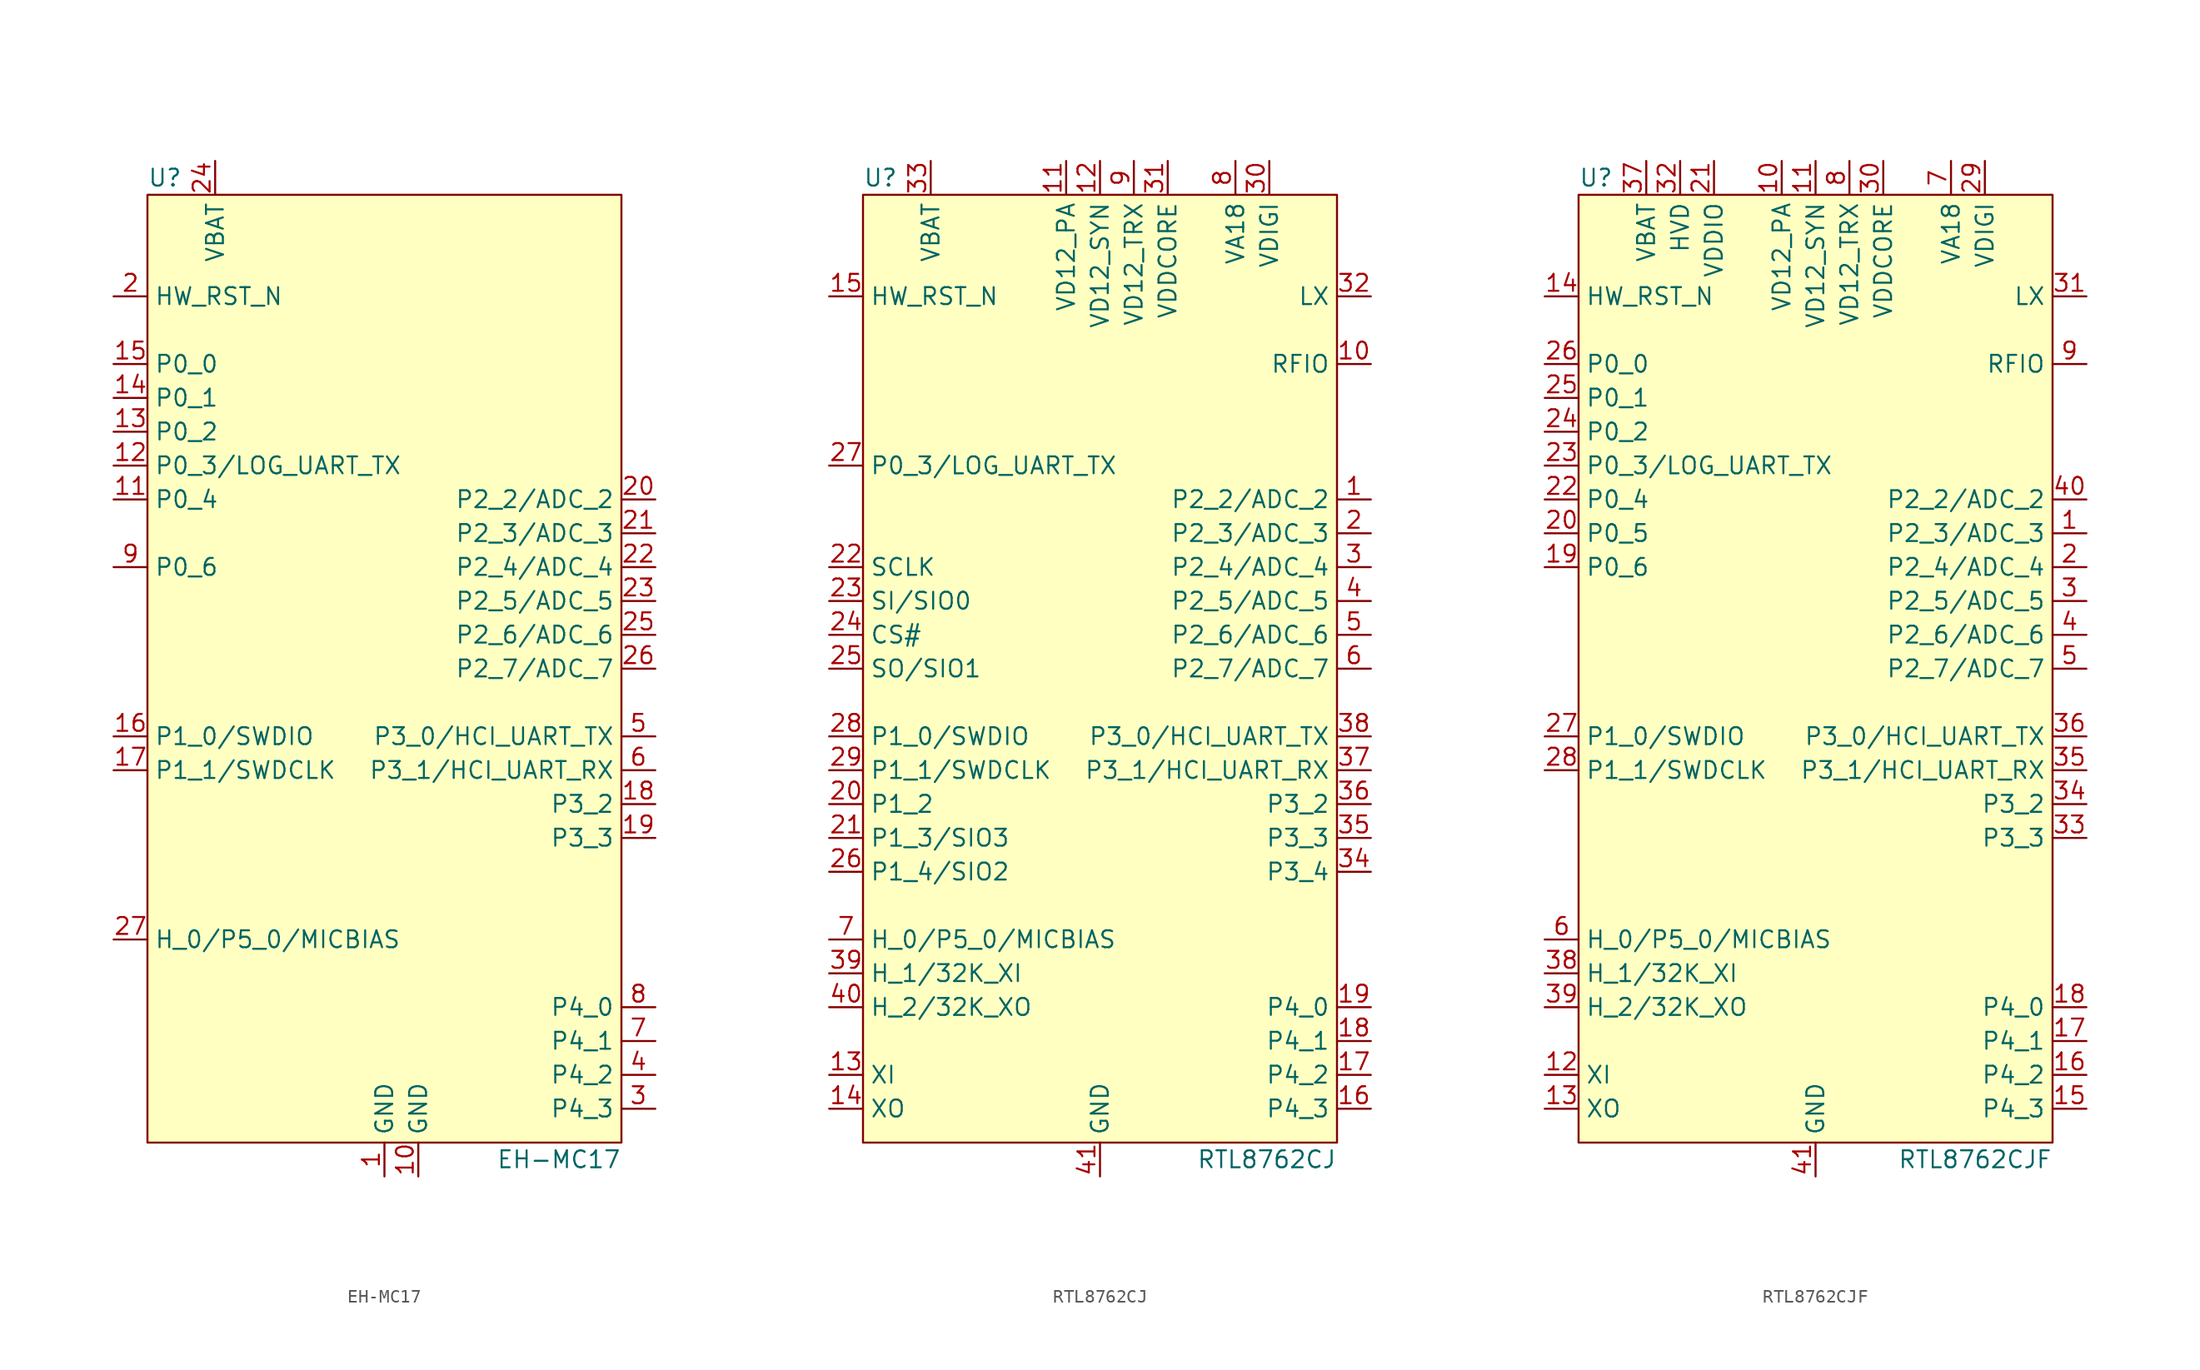
<source format=kicad_sym>
(kicad_symbol_lib
  (version 20220914)
  (generator kicad_symbol_editor)
  (symbol "EH-MC17"
    (property "Reference" "U"
      (at -17.78 36.83 0)
      (effects (font (size 1.27 1.27)) (justify left)))
    (property "Value" "EH-MC17"
      (at 17.78 -36.83 0)
      (effects (font (size 1.27 1.27)) (justify right)))
    (symbol "EH-MC17_0_0"
      (pin power_in line (at 2.54 -38.1 90) (length 2.54) (name "GND" (effects (font (size 1.27 1.27)))) (number "10" (effects (font (size 1.27 1.27))))))
    (symbol "EH-MC17_0_1"
      (rectangle (start -17.78 35.56) (end 17.78 -35.56) (stroke (width 0) (type default)) (fill (type background))))
    (symbol "EH-MC17_1_1"
      (pin power_in line (at 0 -38.1 90) (length 2.54) (name "GND" (effects (font (size 1.27 1.27)))) (number "1" (effects (font (size 1.27 1.27)))))
      (pin bidirectional line (at -20.32 12.7 0) (length 2.54) (name "P0_4" (effects (font (size 1.27 1.27)))) (number "11" (effects (font (size 1.27 1.27)))))
      (pin bidirectional line (at -20.32 15.24 0) (length 2.54) (name "P0_3/LOG_UART_TX" (effects (font (size 1.27 1.27)))) (number "12" (effects (font (size 1.27 1.27)))))
      (pin bidirectional line (at -20.32 17.78 0) (length 2.54) (name "P0_2" (effects (font (size 1.27 1.27)))) (number "13" (effects (font (size 1.27 1.27)))))
      (pin bidirectional line (at -20.32 20.32 0) (length 2.54) (name "P0_1" (effects (font (size 1.27 1.27)))) (number "14" (effects (font (size 1.27 1.27)))))
      (pin bidirectional line (at -20.32 22.86 0) (length 2.54) (name "P0_0" (effects (font (size 1.27 1.27)))) (number "15" (effects (font (size 1.27 1.27)))))
      (pin bidirectional line (at -20.32 -5.08 0) (length 2.54) (name "P1_0/SWDIO" (effects (font (size 1.27 1.27)))) (number "16" (effects (font (size 1.27 1.27)))))
      (pin bidirectional line (at -20.32 -7.62 0) (length 2.54) (name "P1_1/SWDCLK" (effects (font (size 1.27 1.27)))) (number "17" (effects (font (size 1.27 1.27)))))
      (pin bidirectional line (at 20.32 -10.16 180) (length 2.54) (name "P3_2" (effects (font (size 1.27 1.27)))) (number "18" (effects (font (size 1.27 1.27)))))
      (pin bidirectional line (at 20.32 -12.7 180) (length 2.54) (name "P3_3" (effects (font (size 1.27 1.27)))) (number "19" (effects (font (size 1.27 1.27)))))
      (pin input line (at -20.32 27.94 0) (length 2.54) (name "HW_RST_N" (effects (font (size 1.27 1.27)))) (number "2" (effects (font (size 1.27 1.27)))))
      (pin bidirectional line (at 20.32 12.7 180) (length 2.54) (name "P2_2/ADC_2" (effects (font (size 1.27 1.27)))) (number "20" (effects (font (size 1.27 1.27)))))
      (pin bidirectional line (at 20.32 10.16 180) (length 2.54) (name "P2_3/ADC_3" (effects (font (size 1.27 1.27)))) (number "21" (effects (font (size 1.27 1.27)))))
      (pin bidirectional line (at 20.32 7.62 180) (length 2.54) (name "P2_4/ADC_4" (effects (font (size 1.27 1.27)))) (number "22" (effects (font (size 1.27 1.27)))))
      (pin bidirectional line (at 20.32 5.08 180) (length 2.54) (name "P2_5/ADC_5" (effects (font (size 1.27 1.27)))) (number "23" (effects (font (size 1.27 1.27)))))
      (pin power_in line (at -12.7 38.1 270) (length 2.54) (name "VBAT" (effects (font (size 1.27 1.27)))) (number "24" (effects (font (size 1.27 1.27)))))
      (pin bidirectional line (at 20.32 2.54 180) (length 2.54) (name "P2_6/ADC_6" (effects (font (size 1.27 1.27)))) (number "25" (effects (font (size 1.27 1.27)))))
      (pin bidirectional line (at 20.32 0 180) (length 2.54) (name "P2_7/ADC_7" (effects (font (size 1.27 1.27)))) (number "26" (effects (font (size 1.27 1.27)))))
      (pin bidirectional line (at -20.32 -20.32 0) (length 2.54) (name "H_0/P5_0/MICBIAS" (effects (font (size 1.27 1.27)))) (number "27" (effects (font (size 1.27 1.27)))))
      (pin power_in line (at 0 -38.1 90) (length 2.54) hide (name "GND" (effects (font (size 1.27 1.27)))) (number "28" (effects (font (size 1.27 1.27)))))
      (pin bidirectional line (at 20.32 -33.02 180) (length 2.54) (name "P4_3" (effects (font (size 1.27 1.27)))) (number "3" (effects (font (size 1.27 1.27)))))
      (pin bidirectional line (at 20.32 -30.48 180) (length 2.54) (name "P4_2" (effects (font (size 1.27 1.27)))) (number "4" (effects (font (size 1.27 1.27)))))
      (pin bidirectional line (at 20.32 -5.08 180) (length 2.54) (name "P3_0/HCI_UART_TX" (effects (font (size 1.27 1.27)))) (number "5" (effects (font (size 1.27 1.27)))))
      (pin bidirectional line (at 20.32 -7.62 180) (length 2.54) (name "P3_1/HCI_UART_RX" (effects (font (size 1.27 1.27)))) (number "6" (effects (font (size 1.27 1.27)))))
      (pin bidirectional line (at 20.32 -27.94 180) (length 2.54) (name "P4_1" (effects (font (size 1.27 1.27)))) (number "7" (effects (font (size 1.27 1.27)))))
      (pin bidirectional line (at 20.32 -25.4 180) (length 2.54) (name "P4_0" (effects (font (size 1.27 1.27)))) (number "8" (effects (font (size 1.27 1.27)))))
      (pin bidirectional line (at -20.32 7.62 0) (length 2.54) (name "P0_6" (effects (font (size 1.27 1.27)))) (number "9" (effects (font (size 1.27 1.27)))))))
  (symbol "RTL8762CJ"
    (property "Reference" "U"
      (at -17.78 36.83 0)
      (effects (font (size 1.27 1.27)) (justify left)))
    (property "Value" "RTL8762CJ"
      (at 17.78 -36.83 0)
      (effects (font (size 1.27 1.27)) (justify right)))
    (symbol "RTL8762CJ_0_1"
      (rectangle (start -17.78 35.56) (end 17.78 -35.56) (stroke (width 0) (type default)) (fill (type background))))
    (symbol "RTL8762CJ_1_1"
      (pin bidirectional line (at 20.32 12.7 180) (length 2.54) (name "P2_2/ADC_2" (effects (font (size 1.27 1.27)))) (number "1" (effects (font (size 1.27 1.27)))))
      (pin passive line (at 20.32 22.86 180) (length 2.54) (name "RFIO" (effects (font (size 1.27 1.27)))) (number "10" (effects (font (size 1.27 1.27)))))
      (pin power_in line (at -2.54 38.1 270) (length 2.54) (name "VD12_PA" (effects (font (size 1.27 1.27)))) (number "11" (effects (font (size 1.27 1.27)))))
      (pin power_in line (at 0 38.1 270) (length 2.54) (name "VD12_SYN" (effects (font (size 1.27 1.27)))) (number "12" (effects (font (size 1.27 1.27)))))
      (pin passive line (at -20.32 -30.48 0) (length 2.54) (name "XI" (effects (font (size 1.27 1.27)))) (number "13" (effects (font (size 1.27 1.27)))))
      (pin passive line (at -20.32 -33.02 0) (length 2.54) (name "XO" (effects (font (size 1.27 1.27)))) (number "14" (effects (font (size 1.27 1.27)))))
      (pin input line (at -20.32 27.94 0) (length 2.54) (name "HW_RST_N" (effects (font (size 1.27 1.27)))) (number "15" (effects (font (size 1.27 1.27)))))
      (pin bidirectional line (at 20.32 -33.02 180) (length 2.54) (name "P4_3" (effects (font (size 1.27 1.27)))) (number "16" (effects (font (size 1.27 1.27)))))
      (pin bidirectional line (at 20.32 -30.48 180) (length 2.54) (name "P4_2" (effects (font (size 1.27 1.27)))) (number "17" (effects (font (size 1.27 1.27)))))
      (pin bidirectional line (at 20.32 -27.94 180) (length 2.54) (name "P4_1" (effects (font (size 1.27 1.27)))) (number "18" (effects (font (size 1.27 1.27)))))
      (pin bidirectional line (at 20.32 -25.4 180) (length 2.54) (name "P4_0" (effects (font (size 1.27 1.27)))) (number "19" (effects (font (size 1.27 1.27)))))
      (pin bidirectional line (at 20.32 10.16 180) (length 2.54) (name "P2_3/ADC_3" (effects (font (size 1.27 1.27)))) (number "2" (effects (font (size 1.27 1.27)))))
      (pin bidirectional line (at -20.32 -10.16 0) (length 2.54) (name "P1_2" (effects (font (size 1.27 1.27)))) (number "20" (effects (font (size 1.27 1.27)))))
      (pin bidirectional line (at -20.32 -12.7 0) (length 2.54) (name "P1_3/SIO3" (effects (font (size 1.27 1.27)))) (number "21" (effects (font (size 1.27 1.27)))))
      (pin output line (at -20.32 7.62 0) (length 2.54) (name "SCLK" (effects (font (size 1.27 1.27)))) (number "22" (effects (font (size 1.27 1.27)))))
      (pin bidirectional line (at -20.32 5.08 0) (length 2.54) (name "SI/SIO0" (effects (font (size 1.27 1.27)))) (number "23" (effects (font (size 1.27 1.27)))))
      (pin output line (at -20.32 2.54 0) (length 2.54) (name "CS#" (effects (font (size 1.27 1.27)))) (number "24" (effects (font (size 1.27 1.27)))))
      (pin bidirectional line (at -20.32 0 0) (length 2.54) (name "SO/SIO1" (effects (font (size 1.27 1.27)))) (number "25" (effects (font (size 1.27 1.27)))))
      (pin bidirectional line (at -20.32 -15.24 0) (length 2.54) (name "P1_4/SIO2" (effects (font (size 1.27 1.27)))) (number "26" (effects (font (size 1.27 1.27)))))
      (pin bidirectional line (at -20.32 15.24 0) (length 2.54) (name "P0_3/LOG_UART_TX" (effects (font (size 1.27 1.27)))) (number "27" (effects (font (size 1.27 1.27)))))
      (pin bidirectional line (at -20.32 -5.08 0) (length 2.54) (name "P1_0/SWDIO" (effects (font (size 1.27 1.27)))) (number "28" (effects (font (size 1.27 1.27)))))
      (pin bidirectional line (at -20.32 -7.62 0) (length 2.54) (name "P1_1/SWDCLK" (effects (font (size 1.27 1.27)))) (number "29" (effects (font (size 1.27 1.27)))))
      (pin bidirectional line (at 20.32 7.62 180) (length 2.54) (name "P2_4/ADC_4" (effects (font (size 1.27 1.27)))) (number "3" (effects (font (size 1.27 1.27)))))
      (pin power_in line (at 12.7 38.1 270) (length 2.54) (name "VDIGI" (effects (font (size 1.27 1.27)))) (number "30" (effects (font (size 1.27 1.27)))))
      (pin power_in line (at 5.08 38.1 270) (length 2.54) (name "VDDCORE" (effects (font (size 1.27 1.27)))) (number "31" (effects (font (size 1.27 1.27)))))
      (pin power_out line (at 20.32 27.94 180) (length 2.54) (name "LX" (effects (font (size 1.27 1.27)))) (number "32" (effects (font (size 1.27 1.27)))))
      (pin power_in line (at -12.7 38.1 270) (length 2.54) (name "VBAT" (effects (font (size 1.27 1.27)))) (number "33" (effects (font (size 1.27 1.27)))))
      (pin bidirectional line (at 20.32 -15.24 180) (length 2.54) (name "P3_4" (effects (font (size 1.27 1.27)))) (number "34" (effects (font (size 1.27 1.27)))))
      (pin bidirectional line (at 20.32 -12.7 180) (length 2.54) (name "P3_3" (effects (font (size 1.27 1.27)))) (number "35" (effects (font (size 1.27 1.27)))))
      (pin bidirectional line (at 20.32 -10.16 180) (length 2.54) (name "P3_2" (effects (font (size 1.27 1.27)))) (number "36" (effects (font (size 1.27 1.27)))))
      (pin bidirectional line (at 20.32 -7.62 180) (length 2.54) (name "P3_1/HCI_UART_RX" (effects (font (size 1.27 1.27)))) (number "37" (effects (font (size 1.27 1.27)))))
      (pin bidirectional line (at 20.32 -5.08 180) (length 2.54) (name "P3_0/HCI_UART_TX" (effects (font (size 1.27 1.27)))) (number "38" (effects (font (size 1.27 1.27)))))
      (pin bidirectional line (at -20.32 -22.86 0) (length 2.54) (name "H_1/32K_XI" (effects (font (size 1.27 1.27)))) (number "39" (effects (font (size 1.27 1.27)))))
      (pin bidirectional line (at 20.32 5.08 180) (length 2.54) (name "P2_5/ADC_5" (effects (font (size 1.27 1.27)))) (number "4" (effects (font (size 1.27 1.27)))))
      (pin bidirectional line (at -20.32 -25.4 0) (length 2.54) (name "H_2/32K_XO" (effects (font (size 1.27 1.27)))) (number "40" (effects (font (size 1.27 1.27)))))
      (pin power_in line (at 0 -38.1 90) (length 2.54) (name "GND" (effects (font (size 1.27 1.27)))) (number "41" (effects (font (size 1.27 1.27)))))
      (pin bidirectional line (at 20.32 2.54 180) (length 2.54) (name "P2_6/ADC_6" (effects (font (size 1.27 1.27)))) (number "5" (effects (font (size 1.27 1.27)))))
      (pin bidirectional line (at 20.32 0 180) (length 2.54) (name "P2_7/ADC_7" (effects (font (size 1.27 1.27)))) (number "6" (effects (font (size 1.27 1.27)))))
      (pin bidirectional line (at -20.32 -20.32 0) (length 2.54) (name "H_0/P5_0/MICBIAS" (effects (font (size 1.27 1.27)))) (number "7" (effects (font (size 1.27 1.27)))))
      (pin power_in line (at 10.16 38.1 270) (length 2.54) (name "VA18" (effects (font (size 1.27 1.27)))) (number "8" (effects (font (size 1.27 1.27)))))
      (pin power_in line (at 2.54 38.1 270) (length 2.54) (name "VD12_TRX" (effects (font (size 1.27 1.27)))) (number "9" (effects (font (size 1.27 1.27)))))))
  (symbol "RTL8762CJF"
    (property "Reference" "U"
      (at -17.78 36.83 0)
      (effects (font (size 1.27 1.27)) (justify left)))
    (property "Value" "RTL8762CJF"
      (at 17.78 -36.83 0)
      (effects (font (size 1.27 1.27)) (justify right)))
    (symbol "RTL8762CJF_0_1"
      (rectangle (start -17.78 35.56) (end 17.78 -35.56) (stroke (width 0) (type default)) (fill (type background))))
    (symbol "RTL8762CJF_1_1"
      (pin bidirectional line (at 20.32 10.16 180) (length 2.54) (name "P2_3/ADC_3" (effects (font (size 1.27 1.27)))) (number "1" (effects (font (size 1.27 1.27)))))
      (pin power_in line (at -2.54 38.1 270) (length 2.54) (name "VD12_PA" (effects (font (size 1.27 1.27)))) (number "10" (effects (font (size 1.27 1.27)))))
      (pin power_in line (at 0 38.1 270) (length 2.54) (name "VD12_SYN" (effects (font (size 1.27 1.27)))) (number "11" (effects (font (size 1.27 1.27)))))
      (pin passive line (at -20.32 -30.48 0) (length 2.54) (name "XI" (effects (font (size 1.27 1.27)))) (number "12" (effects (font (size 1.27 1.27)))))
      (pin passive line (at -20.32 -33.02 0) (length 2.54) (name "XO" (effects (font (size 1.27 1.27)))) (number "13" (effects (font (size 1.27 1.27)))))
      (pin input line (at -20.32 27.94 0) (length 2.54) (name "HW_RST_N" (effects (font (size 1.27 1.27)))) (number "14" (effects (font (size 1.27 1.27)))))
      (pin bidirectional line (at 20.32 -33.02 180) (length 2.54) (name "P4_3" (effects (font (size 1.27 1.27)))) (number "15" (effects (font (size 1.27 1.27)))))
      (pin bidirectional line (at 20.32 -30.48 180) (length 2.54) (name "P4_2" (effects (font (size 1.27 1.27)))) (number "16" (effects (font (size 1.27 1.27)))))
      (pin bidirectional line (at 20.32 -27.94 180) (length 2.54) (name "P4_1" (effects (font (size 1.27 1.27)))) (number "17" (effects (font (size 1.27 1.27)))))
      (pin bidirectional line (at 20.32 -25.4 180) (length 2.54) (name "P4_0" (effects (font (size 1.27 1.27)))) (number "18" (effects (font (size 1.27 1.27)))))
      (pin bidirectional line (at -20.32 7.62 0) (length 2.54) (name "P0_6" (effects (font (size 1.27 1.27)))) (number "19" (effects (font (size 1.27 1.27)))))
      (pin bidirectional line (at 20.32 7.62 180) (length 2.54) (name "P2_4/ADC_4" (effects (font (size 1.27 1.27)))) (number "2" (effects (font (size 1.27 1.27)))))
      (pin bidirectional line (at -20.32 10.16 0) (length 2.54) (name "P0_5" (effects (font (size 1.27 1.27)))) (number "20" (effects (font (size 1.27 1.27)))))
      (pin power_in line (at -7.62 38.1 270) (length 2.54) (name "VDDIO" (effects (font (size 1.27 1.27)))) (number "21" (effects (font (size 1.27 1.27)))))
      (pin bidirectional line (at -20.32 12.7 0) (length 2.54) (name "P0_4" (effects (font (size 1.27 1.27)))) (number "22" (effects (font (size 1.27 1.27)))))
      (pin bidirectional line (at -20.32 15.24 0) (length 2.54) (name "P0_3/LOG_UART_TX" (effects (font (size 1.27 1.27)))) (number "23" (effects (font (size 1.27 1.27)))))
      (pin bidirectional line (at -20.32 17.78 0) (length 2.54) (name "P0_2" (effects (font (size 1.27 1.27)))) (number "24" (effects (font (size 1.27 1.27)))))
      (pin bidirectional line (at -20.32 20.32 0) (length 2.54) (name "P0_1" (effects (font (size 1.27 1.27)))) (number "25" (effects (font (size 1.27 1.27)))))
      (pin bidirectional line (at -20.32 22.86 0) (length 2.54) (name "P0_0" (effects (font (size 1.27 1.27)))) (number "26" (effects (font (size 1.27 1.27)))))
      (pin bidirectional line (at -20.32 -5.08 0) (length 2.54) (name "P1_0/SWDIO" (effects (font (size 1.27 1.27)))) (number "27" (effects (font (size 1.27 1.27)))))
      (pin bidirectional line (at -20.32 -7.62 0) (length 2.54) (name "P1_1/SWDCLK" (effects (font (size 1.27 1.27)))) (number "28" (effects (font (size 1.27 1.27)))))
      (pin power_in line (at 12.7 38.1 270) (length 2.54) (name "VDIGI" (effects (font (size 1.27 1.27)))) (number "29" (effects (font (size 1.27 1.27)))))
      (pin bidirectional line (at 20.32 5.08 180) (length 2.54) (name "P2_5/ADC_5" (effects (font (size 1.27 1.27)))) (number "3" (effects (font (size 1.27 1.27)))))
      (pin power_in line (at 5.08 38.1 270) (length 2.54) (name "VDDCORE" (effects (font (size 1.27 1.27)))) (number "30" (effects (font (size 1.27 1.27)))))
      (pin power_out line (at 20.32 27.94 180) (length 2.54) (name "LX" (effects (font (size 1.27 1.27)))) (number "31" (effects (font (size 1.27 1.27)))))
      (pin power_in line (at -10.16 38.1 270) (length 2.54) (name "HVD" (effects (font (size 1.27 1.27)))) (number "32" (effects (font (size 1.27 1.27)))))
      (pin bidirectional line (at 20.32 -12.7 180) (length 2.54) (name "P3_3" (effects (font (size 1.27 1.27)))) (number "33" (effects (font (size 1.27 1.27)))))
      (pin bidirectional line (at 20.32 -10.16 180) (length 2.54) (name "P3_2" (effects (font (size 1.27 1.27)))) (number "34" (effects (font (size 1.27 1.27)))))
      (pin bidirectional line (at 20.32 -7.62 180) (length 2.54) (name "P3_1/HCI_UART_RX" (effects (font (size 1.27 1.27)))) (number "35" (effects (font (size 1.27 1.27)))))
      (pin bidirectional line (at 20.32 -5.08 180) (length 2.54) (name "P3_0/HCI_UART_TX" (effects (font (size 1.27 1.27)))) (number "36" (effects (font (size 1.27 1.27)))))
      (pin power_in line (at -12.7 38.1 270) (length 2.54) (name "VBAT" (effects (font (size 1.27 1.27)))) (number "37" (effects (font (size 1.27 1.27)))))
      (pin bidirectional line (at -20.32 -22.86 0) (length 2.54) (name "H_1/32K_XI" (effects (font (size 1.27 1.27)))) (number "38" (effects (font (size 1.27 1.27)))))
      (pin bidirectional line (at -20.32 -25.4 0) (length 2.54) (name "H_2/32K_XO" (effects (font (size 1.27 1.27)))) (number "39" (effects (font (size 1.27 1.27)))))
      (pin bidirectional line (at 20.32 2.54 180) (length 2.54) (name "P2_6/ADC_6" (effects (font (size 1.27 1.27)))) (number "4" (effects (font (size 1.27 1.27)))))
      (pin bidirectional line (at 20.32 12.7 180) (length 2.54) (name "P2_2/ADC_2" (effects (font (size 1.27 1.27)))) (number "40" (effects (font (size 1.27 1.27)))))
      (pin power_in line (at 0 -38.1 90) (length 2.54) (name "GND" (effects (font (size 1.27 1.27)))) (number "41" (effects (font (size 1.27 1.27)))))
      (pin bidirectional line (at 20.32 0 180) (length 2.54) (name "P2_7/ADC_7" (effects (font (size 1.27 1.27)))) (number "5" (effects (font (size 1.27 1.27)))))
      (pin bidirectional line (at -20.32 -20.32 0) (length 2.54) (name "H_0/P5_0/MICBIAS" (effects (font (size 1.27 1.27)))) (number "6" (effects (font (size 1.27 1.27)))))
      (pin power_in line (at 10.16 38.1 270) (length 2.54) (name "VA18" (effects (font (size 1.27 1.27)))) (number "7" (effects (font (size 1.27 1.27)))))
      (pin power_in line (at 2.54 38.1 270) (length 2.54) (name "VD12_TRX" (effects (font (size 1.27 1.27)))) (number "8" (effects (font (size 1.27 1.27)))))
      (pin passive line (at 20.32 22.86 180) (length 2.54) (name "RFIO" (effects (font (size 1.27 1.27)))) (number "9" (effects (font (size 1.27 1.27))))))))
</source>
